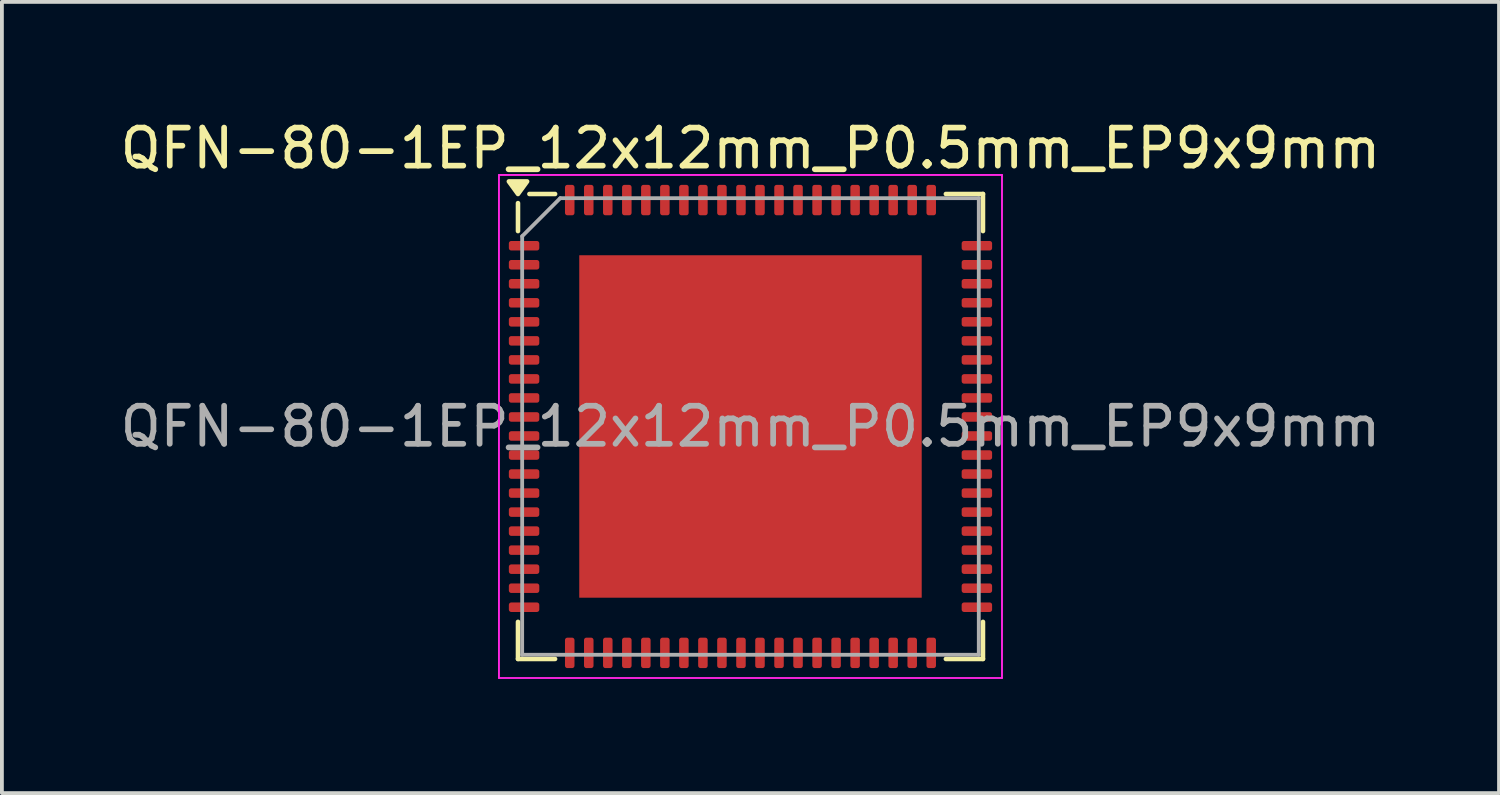
<source format=kicad_pcb>
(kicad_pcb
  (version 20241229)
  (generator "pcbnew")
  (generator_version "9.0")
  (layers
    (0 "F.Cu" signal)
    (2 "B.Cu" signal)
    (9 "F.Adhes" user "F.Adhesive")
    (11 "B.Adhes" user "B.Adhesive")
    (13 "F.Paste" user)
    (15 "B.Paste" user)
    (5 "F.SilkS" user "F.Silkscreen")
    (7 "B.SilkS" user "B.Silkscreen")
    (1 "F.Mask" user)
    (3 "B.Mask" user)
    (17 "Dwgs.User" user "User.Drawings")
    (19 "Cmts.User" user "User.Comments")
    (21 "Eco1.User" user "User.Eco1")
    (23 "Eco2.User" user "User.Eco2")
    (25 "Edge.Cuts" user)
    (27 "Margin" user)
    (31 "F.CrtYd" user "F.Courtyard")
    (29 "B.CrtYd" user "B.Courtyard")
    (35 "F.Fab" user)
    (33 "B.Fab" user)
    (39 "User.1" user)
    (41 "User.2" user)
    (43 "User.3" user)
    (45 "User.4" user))
  (footprint "QFN-80-1EP_12x12mm_P0.5mm_EP9x9mm"
    (layer "F.Cu")
    (at 16.673 8.158)
    (property "Reference" "QFN-80-1EP_12x12mm_P0.5mm_EP9x9mm" (at 0 -7.31 0) (layer "F.SilkS") (effects (font (size 1 1) (thickness 0.15))))
    (attr smd)
    (fp_line (start -6.11 -5.135) (end -6.11 -5.87) (stroke (width 0.12) (type solid)) (layer "F.SilkS"))
    (fp_line (start -6.11 6.11) (end -6.11 5.135) (stroke (width 0.12) (type solid)) (layer "F.SilkS"))
    (fp_line (start -5.135 -6.11) (end -5.81 -6.11) (stroke (width 0.12) (type solid)) (layer "F.SilkS"))
    (fp_line (start -5.135 6.11) (end -6.11 6.11) (stroke (width 0.12) (type solid)) (layer "F.SilkS"))
    (fp_line (start 5.135 -6.11) (end 6.11 -6.11) (stroke (width 0.12) (type solid)) (layer "F.SilkS"))
    (fp_line (start 5.135 6.11) (end 6.11 6.11) (stroke (width 0.12) (type solid)) (layer "F.SilkS"))
    (fp_line (start 6.11 -6.11) (end 6.11 -5.135) (stroke (width 0.12) (type solid)) (layer "F.SilkS"))
    (fp_line (start 6.11 6.11) (end 6.11 5.135) (stroke (width 0.12) (type solid)) (layer "F.SilkS"))
    (fp_poly (pts (xy -6.11 -6.11) (xy -6.35 -6.44) (xy -5.87 -6.44) (xy -6.11 -6.11)) (stroke (width 0.12) (type solid)) (fill yes) (layer "F.SilkS"))
    (fp_line (start -6.61 -6.61) (end -6.61 6.61) (stroke (width 0.05) (type solid)) (layer "F.CrtYd"))
    (fp_line (start -6.61 6.61) (end 6.61 6.61) (stroke (width 0.05) (type solid)) (layer "F.CrtYd"))
    (fp_line (start 6.61 -6.61) (end -6.61 -6.61) (stroke (width 0.05) (type solid)) (layer "F.CrtYd"))
    (fp_line (start 6.61 6.61) (end 6.61 -6.61) (stroke (width 0.05) (type solid)) (layer "F.CrtYd"))
    (fp_line (start -6 -5) (end -5 -6) (stroke (width 0.1) (type solid)) (layer "F.Fab"))
    (fp_line (start -6 6) (end -6 -5) (stroke (width 0.1) (type solid)) (layer "F.Fab"))
    (fp_line (start -5 -6) (end 6 -6) (stroke (width 0.1) (type solid)) (layer "F.Fab"))
    (fp_line (start 6 -6) (end 6 6) (stroke (width 0.1) (type solid)) (layer "F.Fab"))
    (fp_line (start 6 6) (end -6 6) (stroke (width 0.1) (type solid)) (layer "F.Fab"))
    (fp_text user "${REFERENCE}" (at 0 0 0) (layer "F.Fab") (effects (font (size 1 1) (thickness 0.15))))
    (pad "" smd roundrect (at -2.25 -2.25) (size 3.63 3.63) (layers "F.Paste") (roundrect_rratio 0.069))
    (pad "" smd roundrect (at -2.25 2.25) (size 3.63 3.63) (layers "F.Paste") (roundrect_rratio 0.069))
    (pad "" smd roundrect (at 2.25 -2.25) (size 3.63 3.63) (layers "F.Paste") (roundrect_rratio 0.069))
    (pad "" smd roundrect (at 2.25 2.25) (size 3.63 3.63) (layers "F.Paste") (roundrect_rratio 0.069))
    (pad "1" smd roundrect (at -5.95 -4.75) (size 0.8 0.25) (layers "F.Cu" "F.Mask" "F.Paste") (roundrect_rratio 0.25))
    (pad "2" smd roundrect (at -5.95 -4.25) (size 0.8 0.25) (layers "F.Cu" "F.Mask" "F.Paste") (roundrect_rratio 0.25))
    (pad "3" smd roundrect (at -5.95 -3.75) (size 0.8 0.25) (layers "F.Cu" "F.Mask" "F.Paste") (roundrect_rratio 0.25))
    (pad "4" smd roundrect (at -5.95 -3.25) (size 0.8 0.25) (layers "F.Cu" "F.Mask" "F.Paste") (roundrect_rratio 0.25))
    (pad "5" smd roundrect (at -5.95 -2.75) (size 0.8 0.25) (layers "F.Cu" "F.Mask" "F.Paste") (roundrect_rratio 0.25))
    (pad "6" smd roundrect (at -5.95 -2.25) (size 0.8 0.25) (layers "F.Cu" "F.Mask" "F.Paste") (roundrect_rratio 0.25))
    (pad "7" smd roundrect (at -5.95 -1.75) (size 0.8 0.25) (layers "F.Cu" "F.Mask" "F.Paste") (roundrect_rratio 0.25))
    (pad "8" smd roundrect (at -5.95 -1.25) (size 0.8 0.25) (layers "F.Cu" "F.Mask" "F.Paste") (roundrect_rratio 0.25))
    (pad "9" smd roundrect (at -5.95 -0.75) (size 0.8 0.25) (layers "F.Cu" "F.Mask" "F.Paste") (roundrect_rratio 0.25))
    (pad "10" smd roundrect (at -5.95 -0.25) (size 0.8 0.25) (layers "F.Cu" "F.Mask" "F.Paste") (roundrect_rratio 0.25))
    (pad "11" smd roundrect (at -5.95 0.25) (size 0.8 0.25) (layers "F.Cu" "F.Mask" "F.Paste") (roundrect_rratio 0.25))
    (pad "12" smd roundrect (at -5.95 0.75) (size 0.8 0.25) (layers "F.Cu" "F.Mask" "F.Paste") (roundrect_rratio 0.25))
    (pad "13" smd roundrect (at -5.95 1.25) (size 0.8 0.25) (layers "F.Cu" "F.Mask" "F.Paste") (roundrect_rratio 0.25))
    (pad "14" smd roundrect (at -5.95 1.75) (size 0.8 0.25) (layers "F.Cu" "F.Mask" "F.Paste") (roundrect_rratio 0.25))
    (pad "15" smd roundrect (at -5.95 2.25) (size 0.8 0.25) (layers "F.Cu" "F.Mask" "F.Paste") (roundrect_rratio 0.25))
    (pad "16" smd roundrect (at -5.95 2.75) (size 0.8 0.25) (layers "F.Cu" "F.Mask" "F.Paste") (roundrect_rratio 0.25))
    (pad "17" smd roundrect (at -5.95 3.25) (size 0.8 0.25) (layers "F.Cu" "F.Mask" "F.Paste") (roundrect_rratio 0.25))
    (pad "18" smd roundrect (at -5.95 3.75) (size 0.8 0.25) (layers "F.Cu" "F.Mask" "F.Paste") (roundrect_rratio 0.25))
    (pad "19" smd roundrect (at -5.95 4.25) (size 0.8 0.25) (layers "F.Cu" "F.Mask" "F.Paste") (roundrect_rratio 0.25))
    (pad "20" smd roundrect (at -5.95 4.75) (size 0.8 0.25) (layers "F.Cu" "F.Mask" "F.Paste") (roundrect_rratio 0.25))
    (pad "21" smd roundrect (at -4.75 5.95) (size 0.25 0.8) (layers "F.Cu" "F.Mask" "F.Paste") (roundrect_rratio 0.25))
    (pad "22" smd roundrect (at -4.25 5.95) (size 0.25 0.8) (layers "F.Cu" "F.Mask" "F.Paste") (roundrect_rratio 0.25))
    (pad "23" smd roundrect (at -3.75 5.95) (size 0.25 0.8) (layers "F.Cu" "F.Mask" "F.Paste") (roundrect_rratio 0.25))
    (pad "24" smd roundrect (at -3.25 5.95) (size 0.25 0.8) (layers "F.Cu" "F.Mask" "F.Paste") (roundrect_rratio 0.25))
    (pad "25" smd roundrect (at -2.75 5.95) (size 0.25 0.8) (layers "F.Cu" "F.Mask" "F.Paste") (roundrect_rratio 0.25))
    (pad "26" smd roundrect (at -2.25 5.95) (size 0.25 0.8) (layers "F.Cu" "F.Mask" "F.Paste") (roundrect_rratio 0.25))
    (pad "27" smd roundrect (at -1.75 5.95) (size 0.25 0.8) (layers "F.Cu" "F.Mask" "F.Paste") (roundrect_rratio 0.25))
    (pad "28" smd roundrect (at -1.25 5.95) (size 0.25 0.8) (layers "F.Cu" "F.Mask" "F.Paste") (roundrect_rratio 0.25))
    (pad "29" smd roundrect (at -0.75 5.95) (size 0.25 0.8) (layers "F.Cu" "F.Mask" "F.Paste") (roundrect_rratio 0.25))
    (pad "30" smd roundrect (at -0.25 5.95) (size 0.25 0.8) (layers "F.Cu" "F.Mask" "F.Paste") (roundrect_rratio 0.25))
    (pad "31" smd roundrect (at 0.25 5.95) (size 0.25 0.8) (layers "F.Cu" "F.Mask" "F.Paste") (roundrect_rratio 0.25))
    (pad "32" smd roundrect (at 0.75 5.95) (size 0.25 0.8) (layers "F.Cu" "F.Mask" "F.Paste") (roundrect_rratio 0.25))
    (pad "33" smd roundrect (at 1.25 5.95) (size 0.25 0.8) (layers "F.Cu" "F.Mask" "F.Paste") (roundrect_rratio 0.25))
    (pad "34" smd roundrect (at 1.75 5.95) (size 0.25 0.8) (layers "F.Cu" "F.Mask" "F.Paste") (roundrect_rratio 0.25))
    (pad "35" smd roundrect (at 2.25 5.95) (size 0.25 0.8) (layers "F.Cu" "F.Mask" "F.Paste") (roundrect_rratio 0.25))
    (pad "36" smd roundrect (at 2.75 5.95) (size 0.25 0.8) (layers "F.Cu" "F.Mask" "F.Paste") (roundrect_rratio 0.25))
    (pad "37" smd roundrect (at 3.25 5.95) (size 0.25 0.8) (layers "F.Cu" "F.Mask" "F.Paste") (roundrect_rratio 0.25))
    (pad "38" smd roundrect (at 3.75 5.95) (size 0.25 0.8) (layers "F.Cu" "F.Mask" "F.Paste") (roundrect_rratio 0.25))
    (pad "39" smd roundrect (at 4.25 5.95) (size 0.25 0.8) (layers "F.Cu" "F.Mask" "F.Paste") (roundrect_rratio 0.25))
    (pad "40" smd roundrect (at 4.75 5.95) (size 0.25 0.8) (layers "F.Cu" "F.Mask" "F.Paste") (roundrect_rratio 0.25))
    (pad "41" smd roundrect (at 5.95 4.75) (size 0.8 0.25) (layers "F.Cu" "F.Mask" "F.Paste") (roundrect_rratio 0.25))
    (pad "42" smd roundrect (at 5.95 4.25) (size 0.8 0.25) (layers "F.Cu" "F.Mask" "F.Paste") (roundrect_rratio 0.25))
    (pad "43" smd roundrect (at 5.95 3.75) (size 0.8 0.25) (layers "F.Cu" "F.Mask" "F.Paste") (roundrect_rratio 0.25))
    (pad "44" smd roundrect (at 5.95 3.25) (size 0.8 0.25) (layers "F.Cu" "F.Mask" "F.Paste") (roundrect_rratio 0.25))
    (pad "45" smd roundrect (at 5.95 2.75) (size 0.8 0.25) (layers "F.Cu" "F.Mask" "F.Paste") (roundrect_rratio 0.25))
    (pad "46" smd roundrect (at 5.95 2.25) (size 0.8 0.25) (layers "F.Cu" "F.Mask" "F.Paste") (roundrect_rratio 0.25))
    (pad "47" smd roundrect (at 5.95 1.75) (size 0.8 0.25) (layers "F.Cu" "F.Mask" "F.Paste") (roundrect_rratio 0.25))
    (pad "48" smd roundrect (at 5.95 1.25) (size 0.8 0.25) (layers "F.Cu" "F.Mask" "F.Paste") (roundrect_rratio 0.25))
    (pad "49" smd roundrect (at 5.95 0.75) (size 0.8 0.25) (layers "F.Cu" "F.Mask" "F.Paste") (roundrect_rratio 0.25))
    (pad "50" smd roundrect (at 5.95 0.25) (size 0.8 0.25) (layers "F.Cu" "F.Mask" "F.Paste") (roundrect_rratio 0.25))
    (pad "51" smd roundrect (at 5.95 -0.25) (size 0.8 0.25) (layers "F.Cu" "F.Mask" "F.Paste") (roundrect_rratio 0.25))
    (pad "52" smd roundrect (at 5.95 -0.75) (size 0.8 0.25) (layers "F.Cu" "F.Mask" "F.Paste") (roundrect_rratio 0.25))
    (pad "53" smd roundrect (at 5.95 -1.25) (size 0.8 0.25) (layers "F.Cu" "F.Mask" "F.Paste") (roundrect_rratio 0.25))
    (pad "54" smd roundrect (at 5.95 -1.75) (size 0.8 0.25) (layers "F.Cu" "F.Mask" "F.Paste") (roundrect_rratio 0.25))
    (pad "55" smd roundrect (at 5.95 -2.25) (size 0.8 0.25) (layers "F.Cu" "F.Mask" "F.Paste") (roundrect_rratio 0.25))
    (pad "56" smd roundrect (at 5.95 -2.75) (size 0.8 0.25) (layers "F.Cu" "F.Mask" "F.Paste") (roundrect_rratio 0.25))
    (pad "57" smd roundrect (at 5.95 -3.25) (size 0.8 0.25) (layers "F.Cu" "F.Mask" "F.Paste") (roundrect_rratio 0.25))
    (pad "58" smd roundrect (at 5.95 -3.75) (size 0.8 0.25) (layers "F.Cu" "F.Mask" "F.Paste") (roundrect_rratio 0.25))
    (pad "59" smd roundrect (at 5.95 -4.25) (size 0.8 0.25) (layers "F.Cu" "F.Mask" "F.Paste") (roundrect_rratio 0.25))
    (pad "60" smd roundrect (at 5.95 -4.75) (size 0.8 0.25) (layers "F.Cu" "F.Mask" "F.Paste") (roundrect_rratio 0.25))
    (pad "61" smd roundrect (at 4.75 -5.95) (size 0.25 0.8) (layers "F.Cu" "F.Mask" "F.Paste") (roundrect_rratio 0.25))
    (pad "62" smd roundrect (at 4.25 -5.95) (size 0.25 0.8) (layers "F.Cu" "F.Mask" "F.Paste") (roundrect_rratio 0.25))
    (pad "63" smd roundrect (at 3.75 -5.95) (size 0.25 0.8) (layers "F.Cu" "F.Mask" "F.Paste") (roundrect_rratio 0.25))
    (pad "64" smd roundrect (at 3.25 -5.95) (size 0.25 0.8) (layers "F.Cu" "F.Mask" "F.Paste") (roundrect_rratio 0.25))
    (pad "65" smd roundrect (at 2.75 -5.95) (size 0.25 0.8) (layers "F.Cu" "F.Mask" "F.Paste") (roundrect_rratio 0.25))
    (pad "66" smd roundrect (at 2.25 -5.95) (size 0.25 0.8) (layers "F.Cu" "F.Mask" "F.Paste") (roundrect_rratio 0.25))
    (pad "67" smd roundrect (at 1.75 -5.95) (size 0.25 0.8) (layers "F.Cu" "F.Mask" "F.Paste") (roundrect_rratio 0.25))
    (pad "68" smd roundrect (at 1.25 -5.95) (size 0.25 0.8) (layers "F.Cu" "F.Mask" "F.Paste") (roundrect_rratio 0.25))
    (pad "69" smd roundrect (at 0.75 -5.95) (size 0.25 0.8) (layers "F.Cu" "F.Mask" "F.Paste") (roundrect_rratio 0.25))
    (pad "70" smd roundrect (at 0.25 -5.95) (size 0.25 0.8) (layers "F.Cu" "F.Mask" "F.Paste") (roundrect_rratio 0.25))
    (pad "71" smd roundrect (at -0.25 -5.95) (size 0.25 0.8) (layers "F.Cu" "F.Mask" "F.Paste") (roundrect_rratio 0.25))
    (pad "72" smd roundrect (at -0.75 -5.95) (size 0.25 0.8) (layers "F.Cu" "F.Mask" "F.Paste") (roundrect_rratio 0.25))
    (pad "73" smd roundrect (at -1.25 -5.95) (size 0.25 0.8) (layers "F.Cu" "F.Mask" "F.Paste") (roundrect_rratio 0.25))
    (pad "74" smd roundrect (at -1.75 -5.95) (size 0.25 0.8) (layers "F.Cu" "F.Mask" "F.Paste") (roundrect_rratio 0.25))
    (pad "75" smd roundrect (at -2.25 -5.95) (size 0.25 0.8) (layers "F.Cu" "F.Mask" "F.Paste") (roundrect_rratio 0.25))
    (pad "76" smd roundrect (at -2.75 -5.95) (size 0.25 0.8) (layers "F.Cu" "F.Mask" "F.Paste") (roundrect_rratio 0.25))
    (pad "77" smd roundrect (at -3.25 -5.95) (size 0.25 0.8) (layers "F.Cu" "F.Mask" "F.Paste") (roundrect_rratio 0.25))
    (pad "78" smd roundrect (at -3.75 -5.95) (size 0.25 0.8) (layers "F.Cu" "F.Mask" "F.Paste") (roundrect_rratio 0.25))
    (pad "79" smd roundrect (at -4.25 -5.95) (size 0.25 0.8) (layers "F.Cu" "F.Mask" "F.Paste") (roundrect_rratio 0.25))
    (pad "80" smd roundrect (at -4.75 -5.95) (size 0.25 0.8) (layers "F.Cu" "F.Mask" "F.Paste") (roundrect_rratio 0.25))
    (pad "81" smd rect (at 0 0) (size 9 9) (property pad_prop_heatsink) (layers "F.Cu" "F.Mask")))
  (gr_rect
    (start -3 -3)
    (end 36.345 17.793)
    (stroke (width 0.1) (type default))
    (fill no)
    (layer "Edge.Cuts")))
</source>
